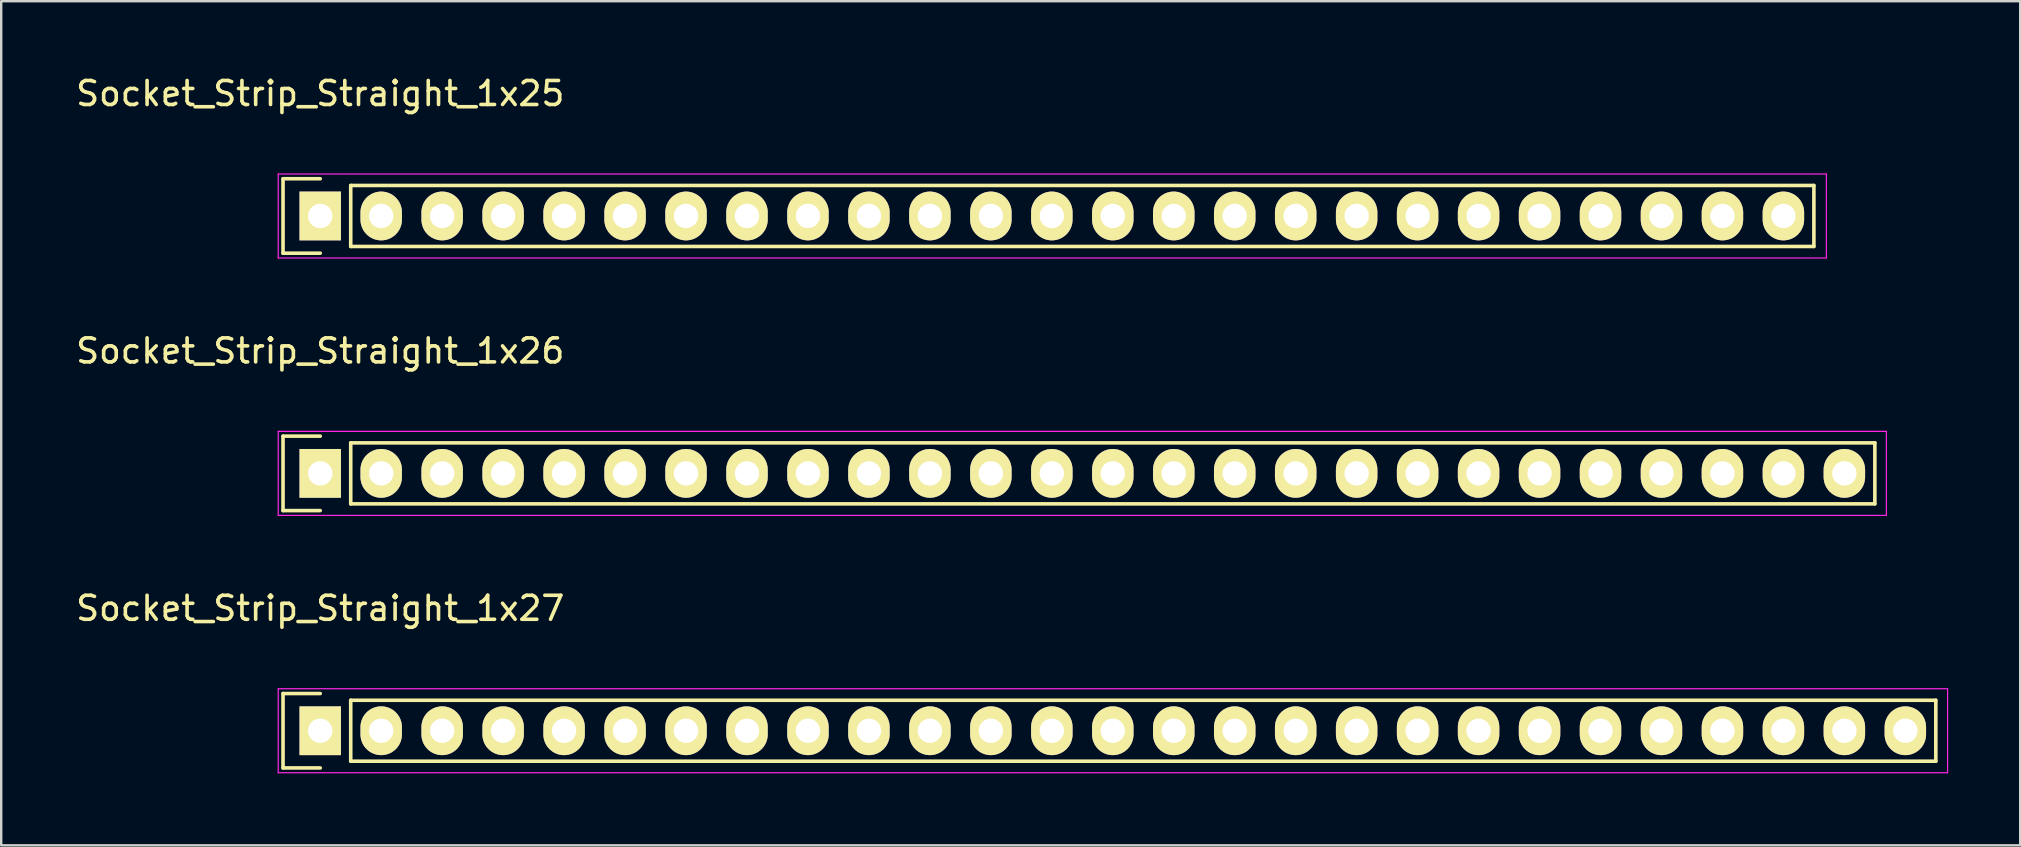
<source format=kicad_pcb>
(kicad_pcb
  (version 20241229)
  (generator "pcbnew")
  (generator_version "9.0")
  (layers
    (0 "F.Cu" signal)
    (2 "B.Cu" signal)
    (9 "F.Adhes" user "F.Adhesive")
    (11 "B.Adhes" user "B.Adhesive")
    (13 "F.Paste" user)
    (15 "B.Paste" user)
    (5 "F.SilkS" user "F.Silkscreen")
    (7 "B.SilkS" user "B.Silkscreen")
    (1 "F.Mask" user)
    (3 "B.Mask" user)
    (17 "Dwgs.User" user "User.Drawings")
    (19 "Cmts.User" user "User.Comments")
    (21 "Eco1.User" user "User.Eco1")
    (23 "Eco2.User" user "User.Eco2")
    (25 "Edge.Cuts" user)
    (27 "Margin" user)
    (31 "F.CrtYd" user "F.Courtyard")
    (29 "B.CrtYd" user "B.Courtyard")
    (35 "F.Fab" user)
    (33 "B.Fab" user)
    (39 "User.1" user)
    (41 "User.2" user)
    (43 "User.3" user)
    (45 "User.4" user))
  (footprint "Socket_Strip_Straight_1x25"
    (layer "F.Cu")
    (at 10.292 5.948)
    (property "Reference" "Socket_Strip_Straight_1x25" (at 0 -5.1 0) (layer "F.SilkS") (effects (font (size 1 1) (thickness 0.15))))
    (attr through_hole)
    (fp_line (start -1.55 -1.55) (end -1.55 1.55) (stroke (width 0.15) (type solid)) (layer "F.SilkS"))
    (fp_line (start -1.55 1.55) (end 0 1.55) (stroke (width 0.15) (type solid)) (layer "F.SilkS"))
    (fp_line (start 0 -1.55) (end -1.55 -1.55) (stroke (width 0.15) (type solid)) (layer "F.SilkS"))
    (fp_line (start 1.27 -1.27) (end 62.23 -1.27) (stroke (width 0.15) (type solid)) (layer "F.SilkS"))
    (fp_line (start 1.27 1.27) (end 1.27 -1.27) (stroke (width 0.15) (type solid)) (layer "F.SilkS"))
    (fp_line (start 62.23 -1.27) (end 62.23 1.27) (stroke (width 0.15) (type solid)) (layer "F.SilkS"))
    (fp_line (start 62.23 1.27) (end 1.27 1.27) (stroke (width 0.15) (type solid)) (layer "F.SilkS"))
    (fp_line (start -1.75 -1.75) (end -1.75 1.75) (stroke (width 0.05) (type solid)) (layer "F.CrtYd"))
    (fp_line (start -1.75 -1.75) (end 62.75 -1.75) (stroke (width 0.05) (type solid)) (layer "F.CrtYd"))
    (fp_line (start -1.75 1.75) (end 62.75 1.75) (stroke (width 0.05) (type solid)) (layer "F.CrtYd"))
    (fp_line (start 62.75 -1.75) (end 62.75 1.75) (stroke (width 0.05) (type solid)) (layer "F.CrtYd"))
    (pad "1" thru_hole rect (at 0 0) (size 1.727 2.032) (drill 1.016) (layers "*.Cu" "*.Mask" "F.SilkS"))
    (pad "2" thru_hole oval (at 2.54 0) (size 1.727 2.032) (drill 1.016) (layers "*.Cu" "*.Mask" "F.SilkS"))
    (pad "3" thru_hole oval (at 5.08 0) (size 1.727 2.032) (drill 1.016) (layers "*.Cu" "*.Mask" "F.SilkS"))
    (pad "4" thru_hole oval (at 7.62 0) (size 1.727 2.032) (drill 1.016) (layers "*.Cu" "*.Mask" "F.SilkS"))
    (pad "5" thru_hole oval (at 10.16 0) (size 1.727 2.032) (drill 1.016) (layers "*.Cu" "*.Mask" "F.SilkS"))
    (pad "6" thru_hole oval (at 12.7 0) (size 1.727 2.032) (drill 1.016) (layers "*.Cu" "*.Mask" "F.SilkS"))
    (pad "7" thru_hole oval (at 15.24 0) (size 1.727 2.032) (drill 1.016) (layers "*.Cu" "*.Mask" "F.SilkS"))
    (pad "8" thru_hole oval (at 17.78 0) (size 1.727 2.032) (drill 1.016) (layers "*.Cu" "*.Mask" "F.SilkS"))
    (pad "9" thru_hole oval (at 20.32 0) (size 1.727 2.032) (drill 1.016) (layers "*.Cu" "*.Mask" "F.SilkS"))
    (pad "10" thru_hole oval (at 22.86 0) (size 1.727 2.032) (drill 1.016) (layers "*.Cu" "*.Mask" "F.SilkS"))
    (pad "11" thru_hole oval (at 25.4 0) (size 1.727 2.032) (drill 1.016) (layers "*.Cu" "*.Mask" "F.SilkS"))
    (pad "12" thru_hole oval (at 27.94 0) (size 1.727 2.032) (drill 1.016) (layers "*.Cu" "*.Mask" "F.SilkS"))
    (pad "13" thru_hole oval (at 30.48 0) (size 1.727 2.032) (drill 1.016) (layers "*.Cu" "*.Mask" "F.SilkS"))
    (pad "14" thru_hole oval (at 33.02 0) (size 1.727 2.032) (drill 1.016) (layers "*.Cu" "*.Mask" "F.SilkS"))
    (pad "15" thru_hole oval (at 35.56 0) (size 1.727 2.032) (drill 1.016) (layers "*.Cu" "*.Mask" "F.SilkS"))
    (pad "16" thru_hole oval (at 38.1 0) (size 1.727 2.032) (drill 1.016) (layers "*.Cu" "*.Mask" "F.SilkS"))
    (pad "17" thru_hole oval (at 40.64 0) (size 1.727 2.032) (drill 1.016) (layers "*.Cu" "*.Mask" "F.SilkS"))
    (pad "18" thru_hole oval (at 43.18 0) (size 1.727 2.032) (drill 1.016) (layers "*.Cu" "*.Mask" "F.SilkS"))
    (pad "19" thru_hole oval (at 45.72 0) (size 1.727 2.032) (drill 1.016) (layers "*.Cu" "*.Mask" "F.SilkS"))
    (pad "20" thru_hole oval (at 48.26 0) (size 1.727 2.032) (drill 1.016) (layers "*.Cu" "*.Mask" "F.SilkS"))
    (pad "21" thru_hole oval (at 50.8 0) (size 1.727 2.032) (drill 1.016) (layers "*.Cu" "*.Mask" "F.SilkS"))
    (pad "22" thru_hole oval (at 53.34 0) (size 1.727 2.032) (drill 1.016) (layers "*.Cu" "*.Mask" "F.SilkS"))
    (pad "23" thru_hole oval (at 55.88 0) (size 1.727 2.032) (drill 1.016) (layers "*.Cu" "*.Mask" "F.SilkS"))
    (pad "24" thru_hole oval (at 58.42 0) (size 1.727 2.032) (drill 1.016) (layers "*.Cu" "*.Mask" "F.SilkS"))
    (pad "25" thru_hole oval (at 60.96 0) (size 1.727 2.032) (drill 1.016) (layers "*.Cu" "*.Mask" "F.SilkS")))
  (footprint "Socket_Strip_Straight_1x27"
    (layer "F.Cu")
    (at 10.292 27.395)
    (property "Reference" "Socket_Strip_Straight_1x27" (at 0 -5.1 0) (layer "F.SilkS") (effects (font (size 1 1) (thickness 0.15))))
    (attr through_hole)
    (fp_line (start -1.55 -1.55) (end -1.55 1.55) (stroke (width 0.15) (type solid)) (layer "F.SilkS"))
    (fp_line (start -1.55 1.55) (end 0 1.55) (stroke (width 0.15) (type solid)) (layer "F.SilkS"))
    (fp_line (start 0 -1.55) (end -1.55 -1.55) (stroke (width 0.15) (type solid)) (layer "F.SilkS"))
    (fp_line (start 1.27 -1.27) (end 67.31 -1.27) (stroke (width 0.15) (type solid)) (layer "F.SilkS"))
    (fp_line (start 1.27 1.27) (end 1.27 -1.27) (stroke (width 0.15) (type solid)) (layer "F.SilkS"))
    (fp_line (start 67.31 -1.27) (end 67.31 1.27) (stroke (width 0.15) (type solid)) (layer "F.SilkS"))
    (fp_line (start 67.31 1.27) (end 1.27 1.27) (stroke (width 0.15) (type solid)) (layer "F.SilkS"))
    (fp_line (start -1.75 -1.75) (end -1.75 1.75) (stroke (width 0.05) (type solid)) (layer "F.CrtYd"))
    (fp_line (start -1.75 -1.75) (end 67.8 -1.75) (stroke (width 0.05) (type solid)) (layer "F.CrtYd"))
    (fp_line (start -1.75 1.75) (end 67.8 1.75) (stroke (width 0.05) (type solid)) (layer "F.CrtYd"))
    (fp_line (start 67.8 -1.75) (end 67.8 1.75) (stroke (width 0.05) (type solid)) (layer "F.CrtYd"))
    (pad "1" thru_hole rect (at 0 0) (size 1.727 2.032) (drill 1.016) (layers "*.Cu" "*.Mask" "F.SilkS"))
    (pad "2" thru_hole oval (at 2.54 0) (size 1.727 2.032) (drill 1.016) (layers "*.Cu" "*.Mask" "F.SilkS"))
    (pad "3" thru_hole oval (at 5.08 0) (size 1.727 2.032) (drill 1.016) (layers "*.Cu" "*.Mask" "F.SilkS"))
    (pad "4" thru_hole oval (at 7.62 0) (size 1.727 2.032) (drill 1.016) (layers "*.Cu" "*.Mask" "F.SilkS"))
    (pad "5" thru_hole oval (at 10.16 0) (size 1.727 2.032) (drill 1.016) (layers "*.Cu" "*.Mask" "F.SilkS"))
    (pad "6" thru_hole oval (at 12.7 0) (size 1.727 2.032) (drill 1.016) (layers "*.Cu" "*.Mask" "F.SilkS"))
    (pad "7" thru_hole oval (at 15.24 0) (size 1.727 2.032) (drill 1.016) (layers "*.Cu" "*.Mask" "F.SilkS"))
    (pad "8" thru_hole oval (at 17.78 0) (size 1.727 2.032) (drill 1.016) (layers "*.Cu" "*.Mask" "F.SilkS"))
    (pad "9" thru_hole oval (at 20.32 0) (size 1.727 2.032) (drill 1.016) (layers "*.Cu" "*.Mask" "F.SilkS"))
    (pad "10" thru_hole oval (at 22.86 0) (size 1.727 2.032) (drill 1.016) (layers "*.Cu" "*.Mask" "F.SilkS"))
    (pad "11" thru_hole oval (at 25.4 0) (size 1.727 2.032) (drill 1.016) (layers "*.Cu" "*.Mask" "F.SilkS"))
    (pad "12" thru_hole oval (at 27.94 0) (size 1.727 2.032) (drill 1.016) (layers "*.Cu" "*.Mask" "F.SilkS"))
    (pad "13" thru_hole oval (at 30.48 0) (size 1.727 2.032) (drill 1.016) (layers "*.Cu" "*.Mask" "F.SilkS"))
    (pad "14" thru_hole oval (at 33.02 0) (size 1.727 2.032) (drill 1.016) (layers "*.Cu" "*.Mask" "F.SilkS"))
    (pad "15" thru_hole oval (at 35.56 0) (size 1.727 2.032) (drill 1.016) (layers "*.Cu" "*.Mask" "F.SilkS"))
    (pad "16" thru_hole oval (at 38.1 0) (size 1.727 2.032) (drill 1.016) (layers "*.Cu" "*.Mask" "F.SilkS"))
    (pad "17" thru_hole oval (at 40.64 0) (size 1.727 2.032) (drill 1.016) (layers "*.Cu" "*.Mask" "F.SilkS"))
    (pad "18" thru_hole oval (at 43.18 0) (size 1.727 2.032) (drill 1.016) (layers "*.Cu" "*.Mask" "F.SilkS"))
    (pad "19" thru_hole oval (at 45.72 0) (size 1.727 2.032) (drill 1.016) (layers "*.Cu" "*.Mask" "F.SilkS"))
    (pad "20" thru_hole oval (at 48.26 0) (size 1.727 2.032) (drill 1.016) (layers "*.Cu" "*.Mask" "F.SilkS"))
    (pad "21" thru_hole oval (at 50.8 0) (size 1.727 2.032) (drill 1.016) (layers "*.Cu" "*.Mask" "F.SilkS"))
    (pad "22" thru_hole oval (at 53.34 0) (size 1.727 2.032) (drill 1.016) (layers "*.Cu" "*.Mask" "F.SilkS"))
    (pad "23" thru_hole oval (at 55.88 0) (size 1.727 2.032) (drill 1.016) (layers "*.Cu" "*.Mask" "F.SilkS"))
    (pad "24" thru_hole oval (at 58.42 0) (size 1.727 2.032) (drill 1.016) (layers "*.Cu" "*.Mask" "F.SilkS"))
    (pad "25" thru_hole oval (at 60.96 0) (size 1.727 2.032) (drill 1.016) (layers "*.Cu" "*.Mask" "F.SilkS"))
    (pad "26" thru_hole oval (at 63.5 0) (size 1.727 2.032) (drill 1.016) (layers "*.Cu" "*.Mask" "F.SilkS"))
    (pad "27" thru_hole oval (at 66.04 0) (size 1.727 2.032) (drill 1.016) (layers "*.Cu" "*.Mask" "F.SilkS")))
  (footprint "Socket_Strip_Straight_1x26"
    (layer "F.Cu")
    (at 10.292 16.672)
    (property "Reference" "Socket_Strip_Straight_1x26" (at 0 -5.1 0) (layer "F.SilkS") (effects (font (size 1 1) (thickness 0.15))))
    (attr through_hole)
    (fp_line (start -1.55 -1.55) (end -1.55 1.55) (stroke (width 0.15) (type solid)) (layer "F.SilkS"))
    (fp_line (start -1.55 1.55) (end 0 1.55) (stroke (width 0.15) (type solid)) (layer "F.SilkS"))
    (fp_line (start 0 -1.55) (end -1.55 -1.55) (stroke (width 0.15) (type solid)) (layer "F.SilkS"))
    (fp_line (start 1.27 -1.27) (end 64.77 -1.27) (stroke (width 0.15) (type solid)) (layer "F.SilkS"))
    (fp_line (start 1.27 1.27) (end 1.27 -1.27) (stroke (width 0.15) (type solid)) (layer "F.SilkS"))
    (fp_line (start 64.77 -1.27) (end 64.77 1.27) (stroke (width 0.15) (type solid)) (layer "F.SilkS"))
    (fp_line (start 64.77 1.27) (end 1.27 1.27) (stroke (width 0.15) (type solid)) (layer "F.SilkS"))
    (fp_line (start -1.75 -1.75) (end -1.75 1.75) (stroke (width 0.05) (type solid)) (layer "F.CrtYd"))
    (fp_line (start -1.75 -1.75) (end 65.25 -1.75) (stroke (width 0.05) (type solid)) (layer "F.CrtYd"))
    (fp_line (start -1.75 1.75) (end 65.25 1.75) (stroke (width 0.05) (type solid)) (layer "F.CrtYd"))
    (fp_line (start 65.25 -1.75) (end 65.25 1.75) (stroke (width 0.05) (type solid)) (layer "F.CrtYd"))
    (pad "1" thru_hole rect (at 0 0) (size 1.727 2.032) (drill 1.016) (layers "*.Cu" "*.Mask" "F.SilkS"))
    (pad "2" thru_hole oval (at 2.54 0) (size 1.727 2.032) (drill 1.016) (layers "*.Cu" "*.Mask" "F.SilkS"))
    (pad "3" thru_hole oval (at 5.08 0) (size 1.727 2.032) (drill 1.016) (layers "*.Cu" "*.Mask" "F.SilkS"))
    (pad "4" thru_hole oval (at 7.62 0) (size 1.727 2.032) (drill 1.016) (layers "*.Cu" "*.Mask" "F.SilkS"))
    (pad "5" thru_hole oval (at 10.16 0) (size 1.727 2.032) (drill 1.016) (layers "*.Cu" "*.Mask" "F.SilkS"))
    (pad "6" thru_hole oval (at 12.7 0) (size 1.727 2.032) (drill 1.016) (layers "*.Cu" "*.Mask" "F.SilkS"))
    (pad "7" thru_hole oval (at 15.24 0) (size 1.727 2.032) (drill 1.016) (layers "*.Cu" "*.Mask" "F.SilkS"))
    (pad "8" thru_hole oval (at 17.78 0) (size 1.727 2.032) (drill 1.016) (layers "*.Cu" "*.Mask" "F.SilkS"))
    (pad "9" thru_hole oval (at 20.32 0) (size 1.727 2.032) (drill 1.016) (layers "*.Cu" "*.Mask" "F.SilkS"))
    (pad "10" thru_hole oval (at 22.86 0) (size 1.727 2.032) (drill 1.016) (layers "*.Cu" "*.Mask" "F.SilkS"))
    (pad "11" thru_hole oval (at 25.4 0) (size 1.727 2.032) (drill 1.016) (layers "*.Cu" "*.Mask" "F.SilkS"))
    (pad "12" thru_hole oval (at 27.94 0) (size 1.727 2.032) (drill 1.016) (layers "*.Cu" "*.Mask" "F.SilkS"))
    (pad "13" thru_hole oval (at 30.48 0) (size 1.727 2.032) (drill 1.016) (layers "*.Cu" "*.Mask" "F.SilkS"))
    (pad "14" thru_hole oval (at 33.02 0) (size 1.727 2.032) (drill 1.016) (layers "*.Cu" "*.Mask" "F.SilkS"))
    (pad "15" thru_hole oval (at 35.56 0) (size 1.727 2.032) (drill 1.016) (layers "*.Cu" "*.Mask" "F.SilkS"))
    (pad "16" thru_hole oval (at 38.1 0) (size 1.727 2.032) (drill 1.016) (layers "*.Cu" "*.Mask" "F.SilkS"))
    (pad "17" thru_hole oval (at 40.64 0) (size 1.727 2.032) (drill 1.016) (layers "*.Cu" "*.Mask" "F.SilkS"))
    (pad "18" thru_hole oval (at 43.18 0) (size 1.727 2.032) (drill 1.016) (layers "*.Cu" "*.Mask" "F.SilkS"))
    (pad "19" thru_hole oval (at 45.72 0) (size 1.727 2.032) (drill 1.016) (layers "*.Cu" "*.Mask" "F.SilkS"))
    (pad "20" thru_hole oval (at 48.26 0) (size 1.727 2.032) (drill 1.016) (layers "*.Cu" "*.Mask" "F.SilkS"))
    (pad "21" thru_hole oval (at 50.8 0) (size 1.727 2.032) (drill 1.016) (layers "*.Cu" "*.Mask" "F.SilkS"))
    (pad "22" thru_hole oval (at 53.34 0) (size 1.727 2.032) (drill 1.016) (layers "*.Cu" "*.Mask" "F.SilkS"))
    (pad "23" thru_hole oval (at 55.88 0) (size 1.727 2.032) (drill 1.016) (layers "*.Cu" "*.Mask" "F.SilkS"))
    (pad "24" thru_hole oval (at 58.42 0) (size 1.727 2.032) (drill 1.016) (layers "*.Cu" "*.Mask" "F.SilkS"))
    (pad "25" thru_hole oval (at 60.96 0) (size 1.727 2.032) (drill 1.016) (layers "*.Cu" "*.Mask" "F.SilkS"))
    (pad "26" thru_hole oval (at 63.5 0) (size 1.727 2.032) (drill 1.016) (layers "*.Cu" "*.Mask" "F.SilkS")))
  (gr_rect
    (start -3 -3)
    (end 81.117 32.17)
    (stroke (width 0.1) (type default))
    (fill no)
    (layer "Edge.Cuts")))
</source>
